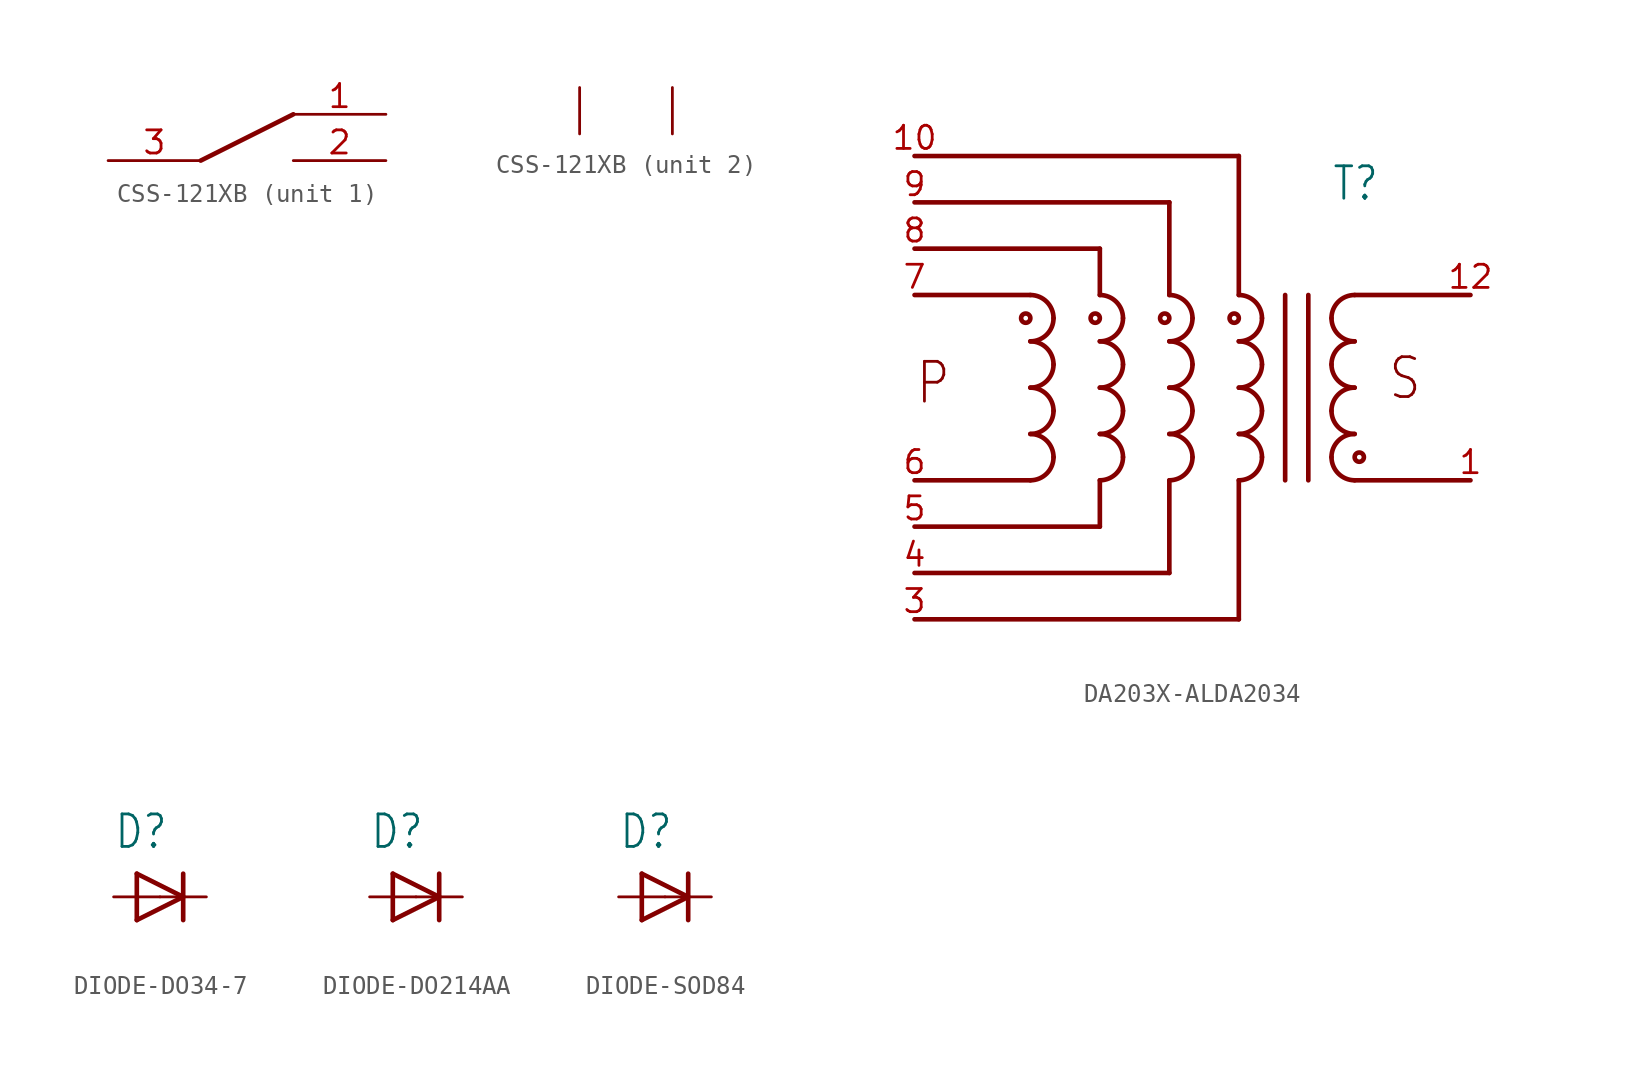
<source format=kicad_sym>
(kicad_symbol_lib
  (version 20220914)
  (generator kicad_symbol_editor)
  (symbol "CSS-121XB"
    (property "Reference" "S"
      (at -5.08 -2.54 0)
      (effects (font (size 1.778 1.778)) (justify left bottom) hide))
    (property "ki_locked" ""
      (at 0 0 0)
      (effects (font (size 1.27 1.27))))
    (symbol "CSS-121XB_1_0"
      (polyline (pts (xy -2.54 0) (xy 2.54 2.54)) (stroke (width 0.254) (type solid)) (fill (type none)))
      (pin bidirectional line (at 7.62 2.54 180) (length 5.08) (name "A" (effects (font (size 0 0)))) (number "1" (effects (font (size 1.27 1.27)))))
      (pin bidirectional line (at 7.62 0 180) (length 5.08) (name "B" (effects (font (size 0 0)))) (number "2" (effects (font (size 1.27 1.27)))))
      (pin bidirectional line (at -7.62 0 0) (length 5.08) (name "COMMON" (effects (font (size 0 0)))) (number "3" (effects (font (size 1.27 1.27))))))
    (symbol "CSS-121XB_2_0"
      (pin bidirectional line (at -2.54 -2.54 90) (length 2.54) (name "LEG1" (effects (font (size 0 0)))) (number "LEG1" (effects (font (size 0 0)))))
      (pin bidirectional line (at 2.54 -2.54 90) (length 2.54) (name "LEG2" (effects (font (size 0 0)))) (number "LEG4" (effects (font (size 0 0)))))))
  (symbol "DA203X-ALDA2034"
    (property "Reference" "T"
      (at 2.54 10.16 0)
      (effects (font (size 1.778 1.511)) (justify left bottom)))
    (property "ki_locked" ""
      (at 0 0 0)
      (effects (font (size 1.27 1.27))))
    (symbol "DA203X-ALDA2034_1_0"
      (circle (center -14.224 3.81) (radius 0.254) (stroke (width 0.254) (type solid)) (fill (type none)))
      (arc (start -13.97 -5.08) (mid -13.072 -4.708) (end -12.7 -3.81) (stroke (width 0.254) (type solid)) (fill (type none)))
      (arc (start -13.97 -2.54) (mid -13.072 -2.168) (end -12.7 -1.27) (stroke (width 0.254) (type solid)) (fill (type none)))
      (arc (start -13.97 0) (mid -13.072 0.372) (end -12.7 1.27) (stroke (width 0.254) (type solid)) (fill (type none)))
      (arc (start -13.97 2.54) (mid -13.072 2.912) (end -12.7 3.81) (stroke (width 0.254) (type solid)) (fill (type none)))
      (arc (start -12.7 -3.81) (mid -13.072 -2.912) (end -13.97 -2.54) (stroke (width 0.254) (type solid)) (fill (type none)))
      (arc (start -12.7 -1.27) (mid -13.072 -0.372) (end -13.97 0) (stroke (width 0.254) (type solid)) (fill (type none)))
      (arc (start -12.7 1.27) (mid -13.072 2.168) (end -13.97 2.54) (stroke (width 0.254) (type solid)) (fill (type none)))
      (arc (start -12.7 3.81) (mid -13.072 4.708) (end -13.97 5.08) (stroke (width 0.254) (type solid)) (fill (type none)))
      (circle (center -10.414 3.81) (radius 0.254) (stroke (width 0.254) (type solid)) (fill (type none)))
      (arc (start -10.16 -5.08) (mid -9.262 -4.708) (end -8.89 -3.81) (stroke (width 0.254) (type solid)) (fill (type none)))
      (arc (start -10.16 -2.54) (mid -9.262 -2.168) (end -8.89 -1.27) (stroke (width 0.254) (type solid)) (fill (type none)))
      (arc (start -10.16 0) (mid -9.262 0.372) (end -8.89 1.27) (stroke (width 0.254) (type solid)) (fill (type none)))
      (arc (start -10.16 2.54) (mid -9.262 2.912) (end -8.89 3.81) (stroke (width 0.254) (type solid)) (fill (type none)))
      (arc (start -8.89 -3.81) (mid -9.262 -2.912) (end -10.16 -2.54) (stroke (width 0.254) (type solid)) (fill (type none)))
      (arc (start -8.89 -1.27) (mid -9.262 -0.372) (end -10.16 0) (stroke (width 0.254) (type solid)) (fill (type none)))
      (arc (start -8.89 1.27) (mid -9.262 2.168) (end -10.16 2.54) (stroke (width 0.254) (type solid)) (fill (type none)))
      (arc (start -8.89 3.81) (mid -9.262 4.708) (end -10.16 5.08) (stroke (width 0.254) (type solid)) (fill (type none)))
      (circle (center -6.604 3.81) (radius 0.254) (stroke (width 0.254) (type solid)) (fill (type none)))
      (arc (start -6.35 -5.08) (mid -5.452 -4.708) (end -5.08 -3.81) (stroke (width 0.254) (type solid)) (fill (type none)))
      (arc (start -6.35 -2.54) (mid -5.452 -2.168) (end -5.08 -1.27) (stroke (width 0.254) (type solid)) (fill (type none)))
      (arc (start -6.35 0) (mid -5.452 0.372) (end -5.08 1.27) (stroke (width 0.254) (type solid)) (fill (type none)))
      (arc (start -6.35 2.54) (mid -5.452 2.912) (end -5.08 3.81) (stroke (width 0.254) (type solid)) (fill (type none)))
      (arc (start -5.08 -3.81) (mid -5.452 -2.912) (end -6.35 -2.54) (stroke (width 0.254) (type solid)) (fill (type none)))
      (arc (start -5.08 -1.27) (mid -5.452 -0.372) (end -6.35 0) (stroke (width 0.254) (type solid)) (fill (type none)))
      (arc (start -5.08 1.27) (mid -5.452 2.168) (end -6.35 2.54) (stroke (width 0.254) (type solid)) (fill (type none)))
      (arc (start -5.08 3.81) (mid -5.452 4.708) (end -6.35 5.08) (stroke (width 0.254) (type solid)) (fill (type none)))
      (circle (center -2.794 3.81) (radius 0.254) (stroke (width 0.254) (type solid)) (fill (type none)))
      (arc (start -2.54 -5.08) (mid -1.642 -4.708) (end -1.27 -3.81) (stroke (width 0.254) (type solid)) (fill (type none)))
      (arc (start -2.54 -2.54) (mid -1.642 -2.168) (end -1.27 -1.27) (stroke (width 0.254) (type solid)) (fill (type none)))
      (arc (start -2.54 0) (mid -1.642 0.372) (end -1.27 1.27) (stroke (width 0.254) (type solid)) (fill (type none)))
      (arc (start -2.54 2.54) (mid -1.642 2.912) (end -1.27 3.81) (stroke (width 0.254) (type solid)) (fill (type none)))
      (arc (start -1.27 -3.81) (mid -1.642 -2.912) (end -2.54 -2.54) (stroke (width 0.254) (type solid)) (fill (type none)))
      (arc (start -1.27 -1.27) (mid -1.642 -0.372) (end -2.54 0) (stroke (width 0.254) (type solid)) (fill (type none)))
      (arc (start -1.27 1.27) (mid -1.642 2.168) (end -2.54 2.54) (stroke (width 0.254) (type solid)) (fill (type none)))
      (arc (start -1.27 3.81) (mid -1.642 4.708) (end -2.54 5.08) (stroke (width 0.254) (type solid)) (fill (type none)))
      (polyline (pts (xy -13.97 -5.08) (xy -20.32 -5.08)) (stroke (width 0.254) (type solid)) (fill (type none)))
      (polyline (pts (xy -13.97 5.08) (xy -20.32 5.08)) (stroke (width 0.254) (type solid)) (fill (type none)))
      (polyline (pts (xy -10.16 -7.62) (xy -20.32 -7.62)) (stroke (width 0.254) (type solid)) (fill (type none)))
      (polyline (pts (xy -10.16 -5.08) (xy -10.16 -7.62)) (stroke (width 0.254) (type solid)) (fill (type none)))
      (polyline (pts (xy -10.16 5.08) (xy -10.16 7.62)) (stroke (width 0.254) (type solid)) (fill (type none)))
      (polyline (pts (xy -10.16 7.62) (xy -20.32 7.62)) (stroke (width 0.254) (type solid)) (fill (type none)))
      (polyline (pts (xy -6.35 -10.16) (xy -20.32 -10.16)) (stroke (width 0.254) (type solid)) (fill (type none)))
      (polyline (pts (xy -6.35 -5.08) (xy -6.35 -10.16)) (stroke (width 0.254) (type solid)) (fill (type none)))
      (polyline (pts (xy -6.35 5.08) (xy -6.35 10.16)) (stroke (width 0.254) (type solid)) (fill (type none)))
      (polyline (pts (xy -6.35 10.16) (xy -20.32 10.16)) (stroke (width 0.254) (type solid)) (fill (type none)))
      (polyline (pts (xy -2.54 -12.7) (xy -20.32 -12.7)) (stroke (width 0.254) (type solid)) (fill (type none)))
      (polyline (pts (xy -2.54 -5.08) (xy -2.54 -12.7)) (stroke (width 0.254) (type solid)) (fill (type none)))
      (polyline (pts (xy -2.54 5.08) (xy -2.54 12.7)) (stroke (width 0.254) (type solid)) (fill (type none)))
      (polyline (pts (xy -2.54 12.7) (xy -20.32 12.7)) (stroke (width 0.254) (type solid)) (fill (type none)))
      (polyline (pts (xy 0 5.08) (xy 0 -5.08)) (stroke (width 0.254) (type solid)) (fill (type none)))
      (polyline (pts (xy 1.27 5.08) (xy 1.27 -5.08)) (stroke (width 0.254) (type solid)) (fill (type none)))
      (polyline (pts (xy 3.81 -5.08) (xy 10.16 -5.08)) (stroke (width 0.254) (type solid)) (fill (type none)))
      (polyline (pts (xy 3.81 5.08) (xy 10.16 5.08)) (stroke (width 0.254) (type solid)) (fill (type none)))
      (arc (start 2.54 -3.81) (mid 2.912 -4.708) (end 3.81 -5.08) (stroke (width 0.254) (type solid)) (fill (type none)))
      (arc (start 2.54 -1.27) (mid 2.912 -2.168) (end 3.81 -2.54) (stroke (width 0.254) (type solid)) (fill (type none)))
      (arc (start 2.54 1.27) (mid 2.912 0.372) (end 3.81 0) (stroke (width 0.254) (type solid)) (fill (type none)))
      (arc (start 2.54 3.81) (mid 2.912 2.912) (end 3.81 2.54) (stroke (width 0.254) (type solid)) (fill (type none)))
      (arc (start 3.81 -2.54) (mid 2.912 -2.912) (end 2.54 -3.81) (stroke (width 0.254) (type solid)) (fill (type none)))
      (arc (start 3.81 0) (mid 2.912 -0.372) (end 2.54 -1.27) (stroke (width 0.254) (type solid)) (fill (type none)))
      (arc (start 3.81 2.54) (mid 2.912 2.168) (end 2.54 1.27) (stroke (width 0.254) (type solid)) (fill (type none)))
      (arc (start 3.81 5.08) (mid 2.912 4.708) (end 2.54 3.81) (stroke (width 0.254) (type solid)) (fill (type none)))
      (circle (center 4.064 -3.81) (radius 0.254) (stroke (width 0.254) (type solid)) (fill (type none)))
      (text "P" (at -20.32 -1.016 0) (effects (font (size 2.184 1.857)) (justify left bottom)))
      (text "S" (at 5.588 -0.762 0) (effects (font (size 2.184 1.857)) (justify left bottom)))
      (pin bidirectional line (at 10.16 -5.08 0) (length 0) (name "1" (effects (font (size 0 0)))) (number "1" (effects (font (size 1.27 1.27)))))
      (pin bidirectional line (at -20.32 12.7 0) (length 0) (name "10" (effects (font (size 0 0)))) (number "10" (effects (font (size 1.27 1.27)))))
      (pin bidirectional line (at 10.16 5.08 0) (length 0) (name "12" (effects (font (size 0 0)))) (number "12" (effects (font (size 1.27 1.27)))))
      (pin bidirectional line (at -20.32 -12.7 0) (length 0) (name "3" (effects (font (size 0 0)))) (number "3" (effects (font (size 1.27 1.27)))))
      (pin bidirectional line (at -20.32 -10.16 0) (length 0) (name "4" (effects (font (size 0 0)))) (number "4" (effects (font (size 1.27 1.27)))))
      (pin bidirectional line (at -20.32 -7.62 0) (length 0) (name "5" (effects (font (size 0 0)))) (number "5" (effects (font (size 1.27 1.27)))))
      (pin bidirectional line (at -20.32 -5.08 0) (length 0) (name "6" (effects (font (size 0 0)))) (number "6" (effects (font (size 1.27 1.27)))))
      (pin bidirectional line (at -20.32 5.08 0) (length 0) (name "7" (effects (font (size 0 0)))) (number "7" (effects (font (size 1.27 1.27)))))
      (pin bidirectional line (at -20.32 7.62 0) (length 0) (name "8" (effects (font (size 0 0)))) (number "8" (effects (font (size 1.27 1.27)))))
      (pin bidirectional line (at -20.32 10.16 0) (length 0) (name "9" (effects (font (size 0 0)))) (number "9" (effects (font (size 1.27 1.27)))))))
  (symbol "DIODE-DO34-7"
    (property "Reference" "D"
      (at -2.54 2.54 0)
      (effects (font (size 1.778 1.511)) (justify left bottom)))
    (property "Value" ""
      (at -2.54 -2.54 0)
      (effects (font (size 1.778 1.511)) (justify left top)))
    (property "ki_locked" ""
      (at 0 0 0)
      (effects (font (size 1.27 1.27))))
    (symbol "DIODE-DO34-7_1_0"
      (polyline (pts (xy -1.27 -1.27) (xy 1.27 0)) (stroke (width 0.254) (type solid)) (fill (type none)))
      (polyline (pts (xy -1.27 1.27) (xy -1.27 -1.27)) (stroke (width 0.254) (type solid)) (fill (type none)))
      (polyline (pts (xy 1.27 0) (xy -1.27 1.27)) (stroke (width 0.254) (type solid)) (fill (type none)))
      (polyline (pts (xy 1.27 0) (xy 1.27 -1.27)) (stroke (width 0.254) (type solid)) (fill (type none)))
      (polyline (pts (xy 1.27 1.27) (xy 1.27 0)) (stroke (width 0.254) (type solid)) (fill (type none)))
      (pin passive line (at -2.54 0 0) (length 2.54) (name "A" (effects (font (size 0 0)))) (number "A" (effects (font (size 0 0)))))
      (pin passive line (at 2.54 0 180) (length 2.54) (name "C" (effects (font (size 0 0)))) (number "C" (effects (font (size 0 0)))))))
  (symbol "DIODE-DO214AA"
    (property "Reference" "D"
      (at -2.54 2.54 0)
      (effects (font (size 1.778 1.511)) (justify left bottom)))
    (property "Value" ""
      (at -2.54 -2.54 0)
      (effects (font (size 1.778 1.511)) (justify left top)))
    (property "ki_locked" ""
      (at 0 0 0)
      (effects (font (size 1.27 1.27))))
    (symbol "DIODE-DO214AA_1_0"
      (polyline (pts (xy -1.27 -1.27) (xy 1.27 0)) (stroke (width 0.254) (type solid)) (fill (type none)))
      (polyline (pts (xy -1.27 1.27) (xy -1.27 -1.27)) (stroke (width 0.254) (type solid)) (fill (type none)))
      (polyline (pts (xy 1.27 0) (xy -1.27 1.27)) (stroke (width 0.254) (type solid)) (fill (type none)))
      (polyline (pts (xy 1.27 0) (xy 1.27 -1.27)) (stroke (width 0.254) (type solid)) (fill (type none)))
      (polyline (pts (xy 1.27 1.27) (xy 1.27 0)) (stroke (width 0.254) (type solid)) (fill (type none)))
      (pin passive line (at -2.54 0 0) (length 2.54) (name "A" (effects (font (size 0 0)))) (number "A" (effects (font (size 0 0)))))
      (pin passive line (at 2.54 0 180) (length 2.54) (name "C" (effects (font (size 0 0)))) (number "C" (effects (font (size 0 0)))))))
  (symbol "DIODE-SOD84"
    (property "Reference" "D"
      (at -2.54 2.54 0)
      (effects (font (size 1.778 1.511)) (justify left bottom)))
    (property "Value" ""
      (at -2.54 -2.54 0)
      (effects (font (size 1.778 1.511)) (justify left top)))
    (property "ki_locked" ""
      (at 0 0 0)
      (effects (font (size 1.27 1.27))))
    (symbol "DIODE-SOD84_1_0"
      (polyline (pts (xy -1.27 -1.27) (xy 1.27 0)) (stroke (width 0.254) (type solid)) (fill (type none)))
      (polyline (pts (xy -1.27 1.27) (xy -1.27 -1.27)) (stroke (width 0.254) (type solid)) (fill (type none)))
      (polyline (pts (xy 1.27 0) (xy -1.27 1.27)) (stroke (width 0.254) (type solid)) (fill (type none)))
      (polyline (pts (xy 1.27 0) (xy 1.27 -1.27)) (stroke (width 0.254) (type solid)) (fill (type none)))
      (polyline (pts (xy 1.27 1.27) (xy 1.27 0)) (stroke (width 0.254) (type solid)) (fill (type none)))
      (pin passive line (at -2.54 0 0) (length 2.54) (name "A" (effects (font (size 0 0)))) (number "A" (effects (font (size 0 0)))))
      (pin passive line (at 2.54 0 180) (length 2.54) (name "C" (effects (font (size 0 0)))) (number "C" (effects (font (size 0 0))))))))
</source>
